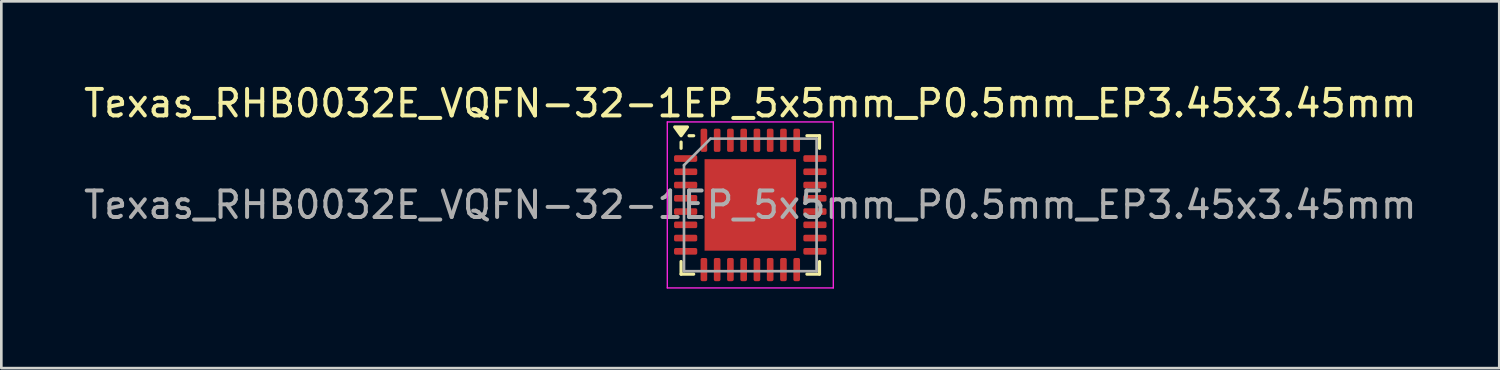
<source format=kicad_pcb>
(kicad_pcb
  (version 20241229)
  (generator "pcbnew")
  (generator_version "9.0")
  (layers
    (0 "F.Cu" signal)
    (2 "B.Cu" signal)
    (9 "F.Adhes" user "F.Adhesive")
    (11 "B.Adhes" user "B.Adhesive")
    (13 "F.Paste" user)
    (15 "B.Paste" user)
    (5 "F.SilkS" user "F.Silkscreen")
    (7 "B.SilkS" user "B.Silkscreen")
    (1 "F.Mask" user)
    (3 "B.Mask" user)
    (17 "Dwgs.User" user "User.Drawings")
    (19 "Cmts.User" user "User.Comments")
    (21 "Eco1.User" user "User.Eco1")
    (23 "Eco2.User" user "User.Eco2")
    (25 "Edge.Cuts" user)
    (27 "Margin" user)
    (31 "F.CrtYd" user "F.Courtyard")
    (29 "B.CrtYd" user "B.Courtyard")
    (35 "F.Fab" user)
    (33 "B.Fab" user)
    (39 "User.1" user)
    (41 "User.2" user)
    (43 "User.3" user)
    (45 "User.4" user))
  (footprint "Texas_RHB0032E_VQFN-32-1EP_5x5mm_P0.5mm_EP3.45x3.45mm"
    (layer "F.Cu")
    (at 25.244 4.678)
    (property "Reference" "Texas_RHB0032E_VQFN-32-1EP_5x5mm_P0.5mm_EP3.45x3.45mm" (at 0 -3.83 0) (layer "F.SilkS") (effects (font (size 1 1) (thickness 0.15))))
    (attr smd)
    (fp_line (start -2.61 -2.135) (end -2.61 -2.37) (stroke (width 0.12) (type solid)) (layer "F.SilkS"))
    (fp_line (start -2.61 2.61) (end -2.61 2.135) (stroke (width 0.12) (type solid)) (layer "F.SilkS"))
    (fp_line (start -2.135 -2.61) (end -2.31 -2.61) (stroke (width 0.12) (type solid)) (layer "F.SilkS"))
    (fp_line (start -2.135 2.61) (end -2.61 2.61) (stroke (width 0.12) (type solid)) (layer "F.SilkS"))
    (fp_line (start 2.135 -2.61) (end 2.61 -2.61) (stroke (width 0.12) (type solid)) (layer "F.SilkS"))
    (fp_line (start 2.135 2.61) (end 2.61 2.61) (stroke (width 0.12) (type solid)) (layer "F.SilkS"))
    (fp_line (start 2.61 -2.61) (end 2.61 -2.135) (stroke (width 0.12) (type solid)) (layer "F.SilkS"))
    (fp_line (start 2.61 2.61) (end 2.61 2.135) (stroke (width 0.12) (type solid)) (layer "F.SilkS"))
    (fp_poly (pts (xy -2.61 -2.61) (xy -2.85 -2.94) (xy -2.37 -2.94) (xy -2.61 -2.61)) (stroke (width 0.12) (type solid)) (fill yes) (layer "F.SilkS"))
    (fp_line (start -3.13 -3.13) (end -3.13 3.13) (stroke (width 0.05) (type solid)) (layer "F.CrtYd"))
    (fp_line (start -3.13 3.13) (end 3.13 3.13) (stroke (width 0.05) (type solid)) (layer "F.CrtYd"))
    (fp_line (start 3.13 -3.13) (end -3.13 -3.13) (stroke (width 0.05) (type solid)) (layer "F.CrtYd"))
    (fp_line (start 3.13 3.13) (end 3.13 -3.13) (stroke (width 0.05) (type solid)) (layer "F.CrtYd"))
    (fp_line (start -2.5 -1.5) (end -1.5 -2.5) (stroke (width 0.1) (type solid)) (layer "F.Fab"))
    (fp_line (start -2.5 2.5) (end -2.5 -1.5) (stroke (width 0.1) (type solid)) (layer "F.Fab"))
    (fp_line (start -1.5 -2.5) (end 2.5 -2.5) (stroke (width 0.1) (type solid)) (layer "F.Fab"))
    (fp_line (start 2.5 -2.5) (end 2.5 2.5) (stroke (width 0.1) (type solid)) (layer "F.Fab"))
    (fp_line (start 2.5 2.5) (end -2.5 2.5) (stroke (width 0.1) (type solid)) (layer "F.Fab"))
    (fp_text user "${REFERENCE}" (at 0 0 0) (layer "F.Fab") (effects (font (size 1 1) (thickness 0.15))))
    (pad "" smd roundrect (at -1.15 -1.15) (size 0.93 0.93) (layers "F.Paste") (roundrect_rratio 0.25))
    (pad "" smd roundrect (at -1.15 0) (size 0.93 0.93) (layers "F.Paste") (roundrect_rratio 0.25))
    (pad "" smd roundrect (at -1.15 1.15) (size 0.93 0.93) (layers "F.Paste") (roundrect_rratio 0.25))
    (pad "" smd roundrect (at 0 -1.15) (size 0.93 0.93) (layers "F.Paste") (roundrect_rratio 0.25))
    (pad "" smd roundrect (at 0 0) (size 0.93 0.93) (layers "F.Paste") (roundrect_rratio 0.25))
    (pad "" smd roundrect (at 0 1.15) (size 0.93 0.93) (layers "F.Paste") (roundrect_rratio 0.25))
    (pad "" smd roundrect (at 1.15 -1.15) (size 0.93 0.93) (layers "F.Paste") (roundrect_rratio 0.25))
    (pad "" smd roundrect (at 1.15 0) (size 0.93 0.93) (layers "F.Paste") (roundrect_rratio 0.25))
    (pad "" smd roundrect (at 1.15 1.15) (size 0.93 0.93) (layers "F.Paste") (roundrect_rratio 0.25))
    (pad "1" smd roundrect (at -2.438 -1.75) (size 0.875 0.25) (layers "F.Cu" "F.Mask" "F.Paste") (roundrect_rratio 0.25))
    (pad "2" smd roundrect (at -2.438 -1.25) (size 0.875 0.25) (layers "F.Cu" "F.Mask" "F.Paste") (roundrect_rratio 0.25))
    (pad "3" smd roundrect (at -2.438 -0.75) (size 0.875 0.25) (layers "F.Cu" "F.Mask" "F.Paste") (roundrect_rratio 0.25))
    (pad "4" smd roundrect (at -2.438 -0.25) (size 0.875 0.25) (layers "F.Cu" "F.Mask" "F.Paste") (roundrect_rratio 0.25))
    (pad "5" smd roundrect (at -2.438 0.25) (size 0.875 0.25) (layers "F.Cu" "F.Mask" "F.Paste") (roundrect_rratio 0.25))
    (pad "6" smd roundrect (at -2.438 0.75) (size 0.875 0.25) (layers "F.Cu" "F.Mask" "F.Paste") (roundrect_rratio 0.25))
    (pad "7" smd roundrect (at -2.438 1.25) (size 0.875 0.25) (layers "F.Cu" "F.Mask" "F.Paste") (roundrect_rratio 0.25))
    (pad "8" smd roundrect (at -2.438 1.75) (size 0.875 0.25) (layers "F.Cu" "F.Mask" "F.Paste") (roundrect_rratio 0.25))
    (pad "9" smd roundrect (at -1.75 2.438) (size 0.25 0.875) (layers "F.Cu" "F.Mask" "F.Paste") (roundrect_rratio 0.25))
    (pad "10" smd roundrect (at -1.25 2.438) (size 0.25 0.875) (layers "F.Cu" "F.Mask" "F.Paste") (roundrect_rratio 0.25))
    (pad "11" smd roundrect (at -0.75 2.438) (size 0.25 0.875) (layers "F.Cu" "F.Mask" "F.Paste") (roundrect_rratio 0.25))
    (pad "12" smd roundrect (at -0.25 2.438) (size 0.25 0.875) (layers "F.Cu" "F.Mask" "F.Paste") (roundrect_rratio 0.25))
    (pad "13" smd roundrect (at 0.25 2.438) (size 0.25 0.875) (layers "F.Cu" "F.Mask" "F.Paste") (roundrect_rratio 0.25))
    (pad "14" smd roundrect (at 0.75 2.438) (size 0.25 0.875) (layers "F.Cu" "F.Mask" "F.Paste") (roundrect_rratio 0.25))
    (pad "15" smd roundrect (at 1.25 2.438) (size 0.25 0.875) (layers "F.Cu" "F.Mask" "F.Paste") (roundrect_rratio 0.25))
    (pad "16" smd roundrect (at 1.75 2.438) (size 0.25 0.875) (layers "F.Cu" "F.Mask" "F.Paste") (roundrect_rratio 0.25))
    (pad "17" smd roundrect (at 2.438 1.75) (size 0.875 0.25) (layers "F.Cu" "F.Mask" "F.Paste") (roundrect_rratio 0.25))
    (pad "18" smd roundrect (at 2.438 1.25) (size 0.875 0.25) (layers "F.Cu" "F.Mask" "F.Paste") (roundrect_rratio 0.25))
    (pad "19" smd roundrect (at 2.438 0.75) (size 0.875 0.25) (layers "F.Cu" "F.Mask" "F.Paste") (roundrect_rratio 0.25))
    (pad "20" smd roundrect (at 2.438 0.25) (size 0.875 0.25) (layers "F.Cu" "F.Mask" "F.Paste") (roundrect_rratio 0.25))
    (pad "21" smd roundrect (at 2.438 -0.25) (size 0.875 0.25) (layers "F.Cu" "F.Mask" "F.Paste") (roundrect_rratio 0.25))
    (pad "22" smd roundrect (at 2.438 -0.75) (size 0.875 0.25) (layers "F.Cu" "F.Mask" "F.Paste") (roundrect_rratio 0.25))
    (pad "23" smd roundrect (at 2.438 -1.25) (size 0.875 0.25) (layers "F.Cu" "F.Mask" "F.Paste") (roundrect_rratio 0.25))
    (pad "24" smd roundrect (at 2.438 -1.75) (size 0.875 0.25) (layers "F.Cu" "F.Mask" "F.Paste") (roundrect_rratio 0.25))
    (pad "25" smd roundrect (at 1.75 -2.438) (size 0.25 0.875) (layers "F.Cu" "F.Mask" "F.Paste") (roundrect_rratio 0.25))
    (pad "26" smd roundrect (at 1.25 -2.438) (size 0.25 0.875) (layers "F.Cu" "F.Mask" "F.Paste") (roundrect_rratio 0.25))
    (pad "27" smd roundrect (at 0.75 -2.438) (size 0.25 0.875) (layers "F.Cu" "F.Mask" "F.Paste") (roundrect_rratio 0.25))
    (pad "28" smd roundrect (at 0.25 -2.438) (size 0.25 0.875) (layers "F.Cu" "F.Mask" "F.Paste") (roundrect_rratio 0.25))
    (pad "29" smd roundrect (at -0.25 -2.438) (size 0.25 0.875) (layers "F.Cu" "F.Mask" "F.Paste") (roundrect_rratio 0.25))
    (pad "30" smd roundrect (at -0.75 -2.438) (size 0.25 0.875) (layers "F.Cu" "F.Mask" "F.Paste") (roundrect_rratio 0.25))
    (pad "31" smd roundrect (at -1.25 -2.438) (size 0.25 0.875) (layers "F.Cu" "F.Mask" "F.Paste") (roundrect_rratio 0.25))
    (pad "32" smd roundrect (at -1.75 -2.438) (size 0.25 0.875) (layers "F.Cu" "F.Mask" "F.Paste") (roundrect_rratio 0.25))
    (pad "33" smd rect (at 0 0) (size 3.45 3.45) (property pad_prop_heatsink) (layers "F.Cu" "F.Mask")))
  (gr_rect
    (start -3 -3)
    (end 53.488 10.833)
    (stroke (width 0.1) (type default))
    (fill no)
    (layer "Edge.Cuts")))
</source>
